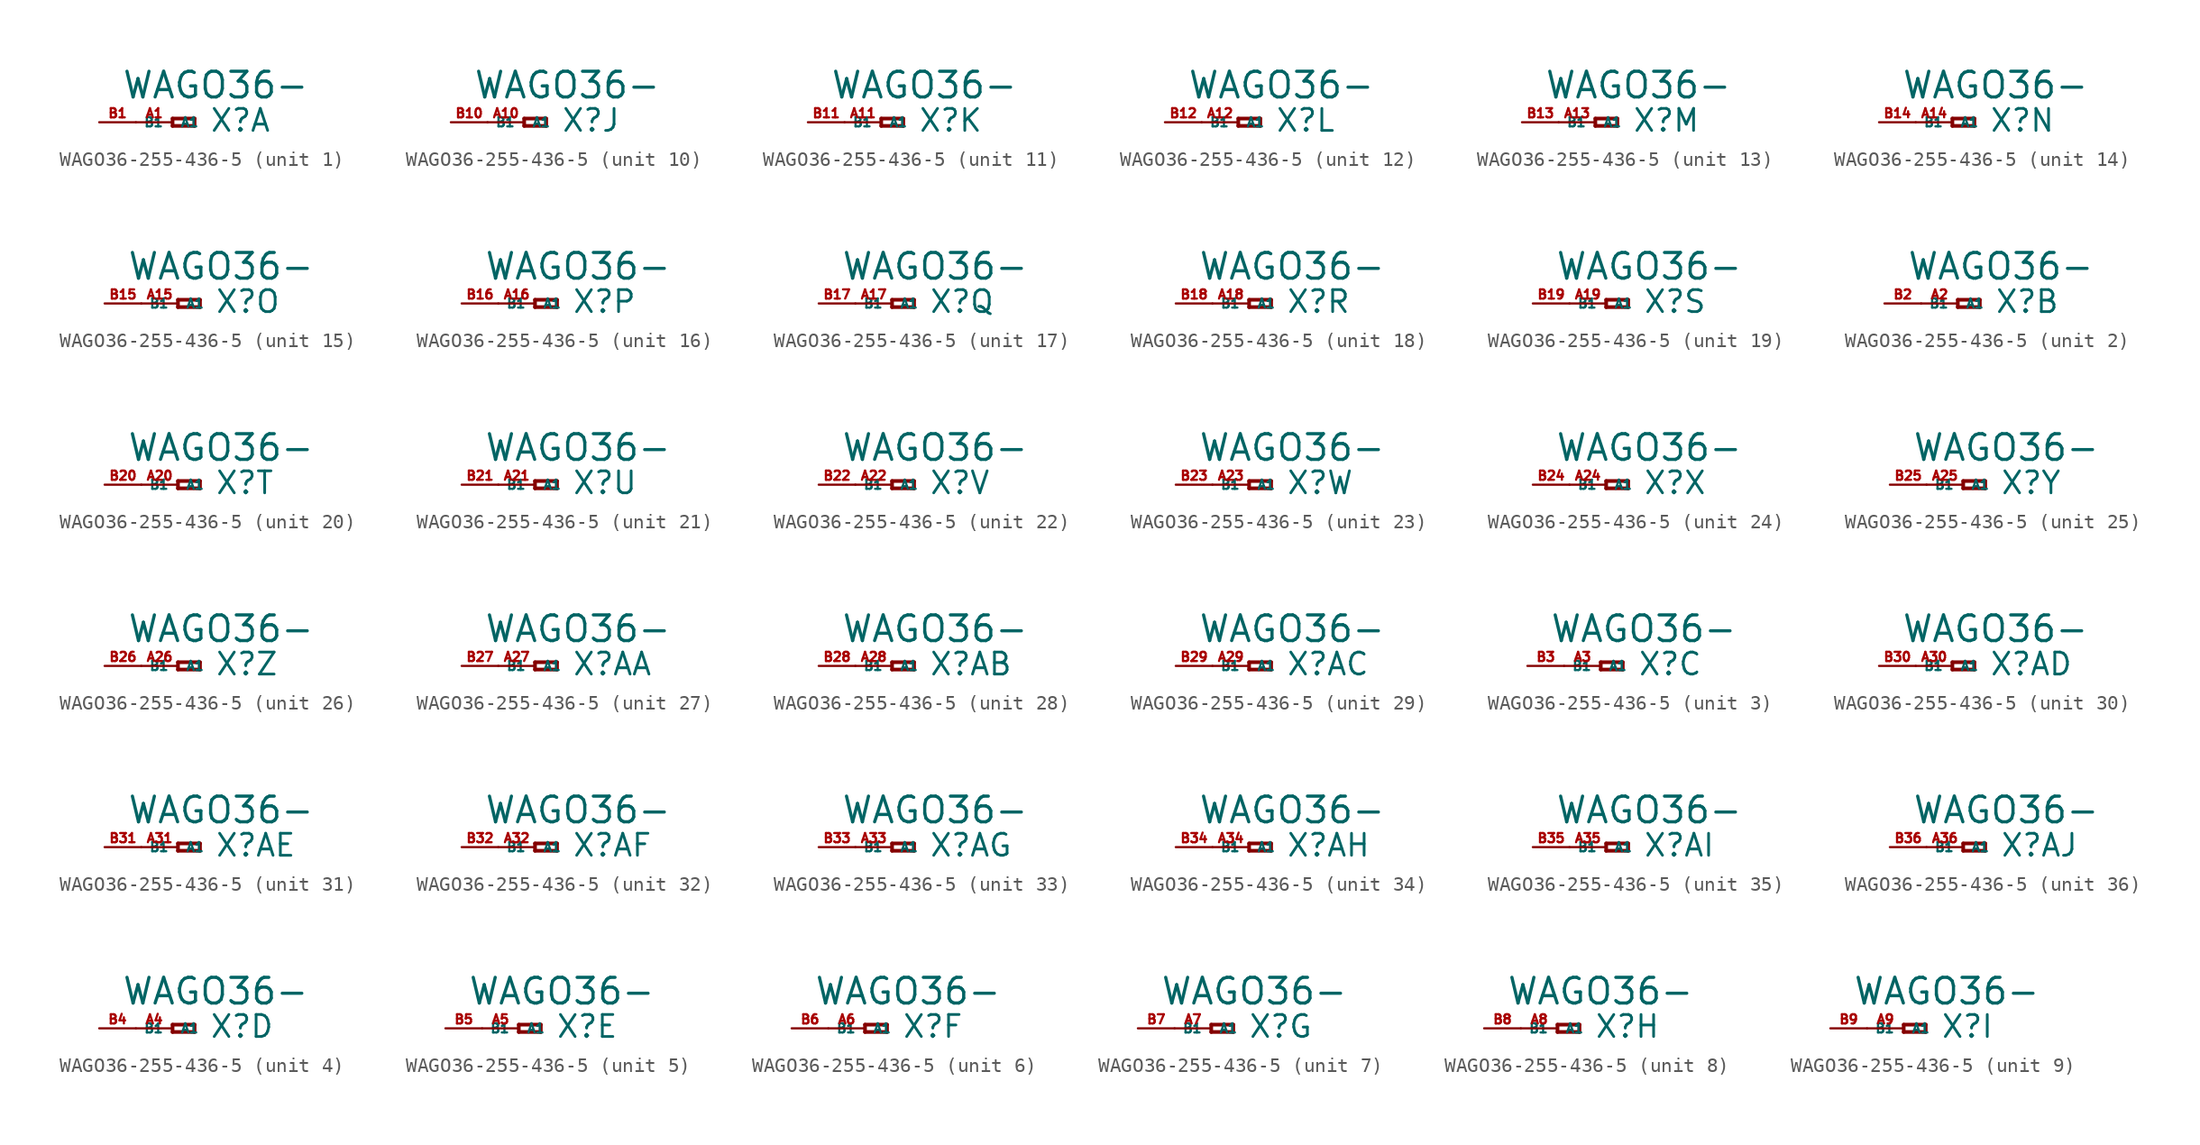
<source format=kicad_sym>
(kicad_symbol_lib
  (version 20220914)
  (generator Eagle2Kicad)
  (symbol "WAGO36-255-436-5"
    (property "Reference" "X"
      (at 2.54 -0.762 0)
      (effects (font (size 1.524 1.524) (thickness 0.19)) (justify left bottom)))
    (property "Value" "WAGO36-"
      (at -3.556 1.524 0)
      (effects (font (size 1.778 1.778) (thickness 0.22)) (justify left bottom)))
    (symbol "WAGO36-255-436-5_1_0"
      (polyline (pts (xy 0 0.254) (xy 0 -0.254)) (stroke (width 0.254) (type default)) (fill (type none)))
      (polyline (pts (xy 0 -0.254) (xy 1.524 -0.254)) (stroke (width 0.254) (type default)) (fill (type none)))
      (polyline (pts (xy 1.524 -0.254) (xy 1.524 0.254)) (stroke (width 0.254) (type default)) (fill (type none)))
      (polyline (pts (xy 1.524 0.254) (xy 0 0.254)) (stroke (width 0.254) (type default)) (fill (type none)))
      (pin passive line (at -2.54 0 0) (length 2.54) (name "A1" (effects (font (size 0.635 0.635) (thickness 0.08)) (justify left bottom))) (number "A1" (effects (font (size 0.635 0.635) (thickness 0.08)) (justify left bottom))))
      (pin passive line (at -5.08 0 0) (length 2.54) (name "B1" (effects (font (size 0.635 0.635) (thickness 0.08)) (justify left bottom))) (number "B1" (effects (font (size 0.635 0.635) (thickness 0.08)) (justify left bottom)))))
    (symbol "WAGO36-255-436-5_2_0"
      (polyline (pts (xy 0 0.254) (xy 0 -0.254)) (stroke (width 0.254) (type default)) (fill (type none)))
      (polyline (pts (xy 0 -0.254) (xy 1.524 -0.254)) (stroke (width 0.254) (type default)) (fill (type none)))
      (polyline (pts (xy 1.524 -0.254) (xy 1.524 0.254)) (stroke (width 0.254) (type default)) (fill (type none)))
      (polyline (pts (xy 1.524 0.254) (xy 0 0.254)) (stroke (width 0.254) (type default)) (fill (type none)))
      (pin passive line (at -2.54 0 0) (length 2.54) (name "A1" (effects (font (size 0.635 0.635) (thickness 0.08)) (justify left bottom))) (number "A2" (effects (font (size 0.635 0.635) (thickness 0.08)) (justify left bottom))))
      (pin passive line (at -5.08 0 0) (length 2.54) (name "B1" (effects (font (size 0.635 0.635) (thickness 0.08)) (justify left bottom))) (number "B2" (effects (font (size 0.635 0.635) (thickness 0.08)) (justify left bottom)))))
    (symbol "WAGO36-255-436-5_3_0"
      (polyline (pts (xy 0 0.254) (xy 0 -0.254)) (stroke (width 0.254) (type default)) (fill (type none)))
      (polyline (pts (xy 0 -0.254) (xy 1.524 -0.254)) (stroke (width 0.254) (type default)) (fill (type none)))
      (polyline (pts (xy 1.524 -0.254) (xy 1.524 0.254)) (stroke (width 0.254) (type default)) (fill (type none)))
      (polyline (pts (xy 1.524 0.254) (xy 0 0.254)) (stroke (width 0.254) (type default)) (fill (type none)))
      (pin passive line (at -2.54 0 0) (length 2.54) (name "A1" (effects (font (size 0.635 0.635) (thickness 0.08)) (justify left bottom))) (number "A3" (effects (font (size 0.635 0.635) (thickness 0.08)) (justify left bottom))))
      (pin passive line (at -5.08 0 0) (length 2.54) (name "B1" (effects (font (size 0.635 0.635) (thickness 0.08)) (justify left bottom))) (number "B3" (effects (font (size 0.635 0.635) (thickness 0.08)) (justify left bottom)))))
    (symbol "WAGO36-255-436-5_4_0"
      (polyline (pts (xy 0 0.254) (xy 0 -0.254)) (stroke (width 0.254) (type default)) (fill (type none)))
      (polyline (pts (xy 0 -0.254) (xy 1.524 -0.254)) (stroke (width 0.254) (type default)) (fill (type none)))
      (polyline (pts (xy 1.524 -0.254) (xy 1.524 0.254)) (stroke (width 0.254) (type default)) (fill (type none)))
      (polyline (pts (xy 1.524 0.254) (xy 0 0.254)) (stroke (width 0.254) (type default)) (fill (type none)))
      (pin passive line (at -2.54 0 0) (length 2.54) (name "A1" (effects (font (size 0.635 0.635) (thickness 0.08)) (justify left bottom))) (number "A4" (effects (font (size 0.635 0.635) (thickness 0.08)) (justify left bottom))))
      (pin passive line (at -5.08 0 0) (length 2.54) (name "B1" (effects (font (size 0.635 0.635) (thickness 0.08)) (justify left bottom))) (number "B4" (effects (font (size 0.635 0.635) (thickness 0.08)) (justify left bottom)))))
    (symbol "WAGO36-255-436-5_5_0"
      (polyline (pts (xy 0 0.254) (xy 0 -0.254)) (stroke (width 0.254) (type default)) (fill (type none)))
      (polyline (pts (xy 0 -0.254) (xy 1.524 -0.254)) (stroke (width 0.254) (type default)) (fill (type none)))
      (polyline (pts (xy 1.524 -0.254) (xy 1.524 0.254)) (stroke (width 0.254) (type default)) (fill (type none)))
      (polyline (pts (xy 1.524 0.254) (xy 0 0.254)) (stroke (width 0.254) (type default)) (fill (type none)))
      (pin passive line (at -2.54 0 0) (length 2.54) (name "A1" (effects (font (size 0.635 0.635) (thickness 0.08)) (justify left bottom))) (number "A5" (effects (font (size 0.635 0.635) (thickness 0.08)) (justify left bottom))))
      (pin passive line (at -5.08 0 0) (length 2.54) (name "B1" (effects (font (size 0.635 0.635) (thickness 0.08)) (justify left bottom))) (number "B5" (effects (font (size 0.635 0.635) (thickness 0.08)) (justify left bottom)))))
    (symbol "WAGO36-255-436-5_6_0"
      (polyline (pts (xy 0 0.254) (xy 0 -0.254)) (stroke (width 0.254) (type default)) (fill (type none)))
      (polyline (pts (xy 0 -0.254) (xy 1.524 -0.254)) (stroke (width 0.254) (type default)) (fill (type none)))
      (polyline (pts (xy 1.524 -0.254) (xy 1.524 0.254)) (stroke (width 0.254) (type default)) (fill (type none)))
      (polyline (pts (xy 1.524 0.254) (xy 0 0.254)) (stroke (width 0.254) (type default)) (fill (type none)))
      (pin passive line (at -2.54 0 0) (length 2.54) (name "A1" (effects (font (size 0.635 0.635) (thickness 0.08)) (justify left bottom))) (number "A6" (effects (font (size 0.635 0.635) (thickness 0.08)) (justify left bottom))))
      (pin passive line (at -5.08 0 0) (length 2.54) (name "B1" (effects (font (size 0.635 0.635) (thickness 0.08)) (justify left bottom))) (number "B6" (effects (font (size 0.635 0.635) (thickness 0.08)) (justify left bottom)))))
    (symbol "WAGO36-255-436-5_7_0"
      (polyline (pts (xy 0 0.254) (xy 0 -0.254)) (stroke (width 0.254) (type default)) (fill (type none)))
      (polyline (pts (xy 0 -0.254) (xy 1.524 -0.254)) (stroke (width 0.254) (type default)) (fill (type none)))
      (polyline (pts (xy 1.524 -0.254) (xy 1.524 0.254)) (stroke (width 0.254) (type default)) (fill (type none)))
      (polyline (pts (xy 1.524 0.254) (xy 0 0.254)) (stroke (width 0.254) (type default)) (fill (type none)))
      (pin passive line (at -2.54 0 0) (length 2.54) (name "A1" (effects (font (size 0.635 0.635) (thickness 0.08)) (justify left bottom))) (number "A7" (effects (font (size 0.635 0.635) (thickness 0.08)) (justify left bottom))))
      (pin passive line (at -5.08 0 0) (length 2.54) (name "B1" (effects (font (size 0.635 0.635) (thickness 0.08)) (justify left bottom))) (number "B7" (effects (font (size 0.635 0.635) (thickness 0.08)) (justify left bottom)))))
    (symbol "WAGO36-255-436-5_8_0"
      (polyline (pts (xy 0 0.254) (xy 0 -0.254)) (stroke (width 0.254) (type default)) (fill (type none)))
      (polyline (pts (xy 0 -0.254) (xy 1.524 -0.254)) (stroke (width 0.254) (type default)) (fill (type none)))
      (polyline (pts (xy 1.524 -0.254) (xy 1.524 0.254)) (stroke (width 0.254) (type default)) (fill (type none)))
      (polyline (pts (xy 1.524 0.254) (xy 0 0.254)) (stroke (width 0.254) (type default)) (fill (type none)))
      (pin passive line (at -2.54 0 0) (length 2.54) (name "A1" (effects (font (size 0.635 0.635) (thickness 0.08)) (justify left bottom))) (number "A8" (effects (font (size 0.635 0.635) (thickness 0.08)) (justify left bottom))))
      (pin passive line (at -5.08 0 0) (length 2.54) (name "B1" (effects (font (size 0.635 0.635) (thickness 0.08)) (justify left bottom))) (number "B8" (effects (font (size 0.635 0.635) (thickness 0.08)) (justify left bottom)))))
    (symbol "WAGO36-255-436-5_9_0"
      (polyline (pts (xy 0 0.254) (xy 0 -0.254)) (stroke (width 0.254) (type default)) (fill (type none)))
      (polyline (pts (xy 0 -0.254) (xy 1.524 -0.254)) (stroke (width 0.254) (type default)) (fill (type none)))
      (polyline (pts (xy 1.524 -0.254) (xy 1.524 0.254)) (stroke (width 0.254) (type default)) (fill (type none)))
      (polyline (pts (xy 1.524 0.254) (xy 0 0.254)) (stroke (width 0.254) (type default)) (fill (type none)))
      (pin passive line (at -2.54 0 0) (length 2.54) (name "A1" (effects (font (size 0.635 0.635) (thickness 0.08)) (justify left bottom))) (number "A9" (effects (font (size 0.635 0.635) (thickness 0.08)) (justify left bottom))))
      (pin passive line (at -5.08 0 0) (length 2.54) (name "B1" (effects (font (size 0.635 0.635) (thickness 0.08)) (justify left bottom))) (number "B9" (effects (font (size 0.635 0.635) (thickness 0.08)) (justify left bottom)))))
    (symbol "WAGO36-255-436-5_10_0"
      (polyline (pts (xy 0 0.254) (xy 0 -0.254)) (stroke (width 0.254) (type default)) (fill (type none)))
      (polyline (pts (xy 0 -0.254) (xy 1.524 -0.254)) (stroke (width 0.254) (type default)) (fill (type none)))
      (polyline (pts (xy 1.524 -0.254) (xy 1.524 0.254)) (stroke (width 0.254) (type default)) (fill (type none)))
      (polyline (pts (xy 1.524 0.254) (xy 0 0.254)) (stroke (width 0.254) (type default)) (fill (type none)))
      (pin passive line (at -2.54 0 0) (length 2.54) (name "A1" (effects (font (size 0.635 0.635) (thickness 0.08)) (justify left bottom))) (number "A10" (effects (font (size 0.635 0.635) (thickness 0.08)) (justify left bottom))))
      (pin passive line (at -5.08 0 0) (length 2.54) (name "B1" (effects (font (size 0.635 0.635) (thickness 0.08)) (justify left bottom))) (number "B10" (effects (font (size 0.635 0.635) (thickness 0.08)) (justify left bottom)))))
    (symbol "WAGO36-255-436-5_11_0"
      (polyline (pts (xy 0 0.254) (xy 0 -0.254)) (stroke (width 0.254) (type default)) (fill (type none)))
      (polyline (pts (xy 0 -0.254) (xy 1.524 -0.254)) (stroke (width 0.254) (type default)) (fill (type none)))
      (polyline (pts (xy 1.524 -0.254) (xy 1.524 0.254)) (stroke (width 0.254) (type default)) (fill (type none)))
      (polyline (pts (xy 1.524 0.254) (xy 0 0.254)) (stroke (width 0.254) (type default)) (fill (type none)))
      (pin passive line (at -2.54 0 0) (length 2.54) (name "A1" (effects (font (size 0.635 0.635) (thickness 0.08)) (justify left bottom))) (number "A11" (effects (font (size 0.635 0.635) (thickness 0.08)) (justify left bottom))))
      (pin passive line (at -5.08 0 0) (length 2.54) (name "B1" (effects (font (size 0.635 0.635) (thickness 0.08)) (justify left bottom))) (number "B11" (effects (font (size 0.635 0.635) (thickness 0.08)) (justify left bottom)))))
    (symbol "WAGO36-255-436-5_12_0"
      (polyline (pts (xy 0 0.254) (xy 0 -0.254)) (stroke (width 0.254) (type default)) (fill (type none)))
      (polyline (pts (xy 0 -0.254) (xy 1.524 -0.254)) (stroke (width 0.254) (type default)) (fill (type none)))
      (polyline (pts (xy 1.524 -0.254) (xy 1.524 0.254)) (stroke (width 0.254) (type default)) (fill (type none)))
      (polyline (pts (xy 1.524 0.254) (xy 0 0.254)) (stroke (width 0.254) (type default)) (fill (type none)))
      (pin passive line (at -2.54 0 0) (length 2.54) (name "A1" (effects (font (size 0.635 0.635) (thickness 0.08)) (justify left bottom))) (number "A12" (effects (font (size 0.635 0.635) (thickness 0.08)) (justify left bottom))))
      (pin passive line (at -5.08 0 0) (length 2.54) (name "B1" (effects (font (size 0.635 0.635) (thickness 0.08)) (justify left bottom))) (number "B12" (effects (font (size 0.635 0.635) (thickness 0.08)) (justify left bottom)))))
    (symbol "WAGO36-255-436-5_13_0"
      (polyline (pts (xy 0 0.254) (xy 0 -0.254)) (stroke (width 0.254) (type default)) (fill (type none)))
      (polyline (pts (xy 0 -0.254) (xy 1.524 -0.254)) (stroke (width 0.254) (type default)) (fill (type none)))
      (polyline (pts (xy 1.524 -0.254) (xy 1.524 0.254)) (stroke (width 0.254) (type default)) (fill (type none)))
      (polyline (pts (xy 1.524 0.254) (xy 0 0.254)) (stroke (width 0.254) (type default)) (fill (type none)))
      (pin passive line (at -2.54 0 0) (length 2.54) (name "A1" (effects (font (size 0.635 0.635) (thickness 0.08)) (justify left bottom))) (number "A13" (effects (font (size 0.635 0.635) (thickness 0.08)) (justify left bottom))))
      (pin passive line (at -5.08 0 0) (length 2.54) (name "B1" (effects (font (size 0.635 0.635) (thickness 0.08)) (justify left bottom))) (number "B13" (effects (font (size 0.635 0.635) (thickness 0.08)) (justify left bottom)))))
    (symbol "WAGO36-255-436-5_14_0"
      (polyline (pts (xy 0 0.254) (xy 0 -0.254)) (stroke (width 0.254) (type default)) (fill (type none)))
      (polyline (pts (xy 0 -0.254) (xy 1.524 -0.254)) (stroke (width 0.254) (type default)) (fill (type none)))
      (polyline (pts (xy 1.524 -0.254) (xy 1.524 0.254)) (stroke (width 0.254) (type default)) (fill (type none)))
      (polyline (pts (xy 1.524 0.254) (xy 0 0.254)) (stroke (width 0.254) (type default)) (fill (type none)))
      (pin passive line (at -2.54 0 0) (length 2.54) (name "A1" (effects (font (size 0.635 0.635) (thickness 0.08)) (justify left bottom))) (number "A14" (effects (font (size 0.635 0.635) (thickness 0.08)) (justify left bottom))))
      (pin passive line (at -5.08 0 0) (length 2.54) (name "B1" (effects (font (size 0.635 0.635) (thickness 0.08)) (justify left bottom))) (number "B14" (effects (font (size 0.635 0.635) (thickness 0.08)) (justify left bottom)))))
    (symbol "WAGO36-255-436-5_15_0"
      (polyline (pts (xy 0 0.254) (xy 0 -0.254)) (stroke (width 0.254) (type default)) (fill (type none)))
      (polyline (pts (xy 0 -0.254) (xy 1.524 -0.254)) (stroke (width 0.254) (type default)) (fill (type none)))
      (polyline (pts (xy 1.524 -0.254) (xy 1.524 0.254)) (stroke (width 0.254) (type default)) (fill (type none)))
      (polyline (pts (xy 1.524 0.254) (xy 0 0.254)) (stroke (width 0.254) (type default)) (fill (type none)))
      (pin passive line (at -2.54 0 0) (length 2.54) (name "A1" (effects (font (size 0.635 0.635) (thickness 0.08)) (justify left bottom))) (number "A15" (effects (font (size 0.635 0.635) (thickness 0.08)) (justify left bottom))))
      (pin passive line (at -5.08 0 0) (length 2.54) (name "B1" (effects (font (size 0.635 0.635) (thickness 0.08)) (justify left bottom))) (number "B15" (effects (font (size 0.635 0.635) (thickness 0.08)) (justify left bottom)))))
    (symbol "WAGO36-255-436-5_16_0"
      (polyline (pts (xy 0 0.254) (xy 0 -0.254)) (stroke (width 0.254) (type default)) (fill (type none)))
      (polyline (pts (xy 0 -0.254) (xy 1.524 -0.254)) (stroke (width 0.254) (type default)) (fill (type none)))
      (polyline (pts (xy 1.524 -0.254) (xy 1.524 0.254)) (stroke (width 0.254) (type default)) (fill (type none)))
      (polyline (pts (xy 1.524 0.254) (xy 0 0.254)) (stroke (width 0.254) (type default)) (fill (type none)))
      (pin passive line (at -2.54 0 0) (length 2.54) (name "A1" (effects (font (size 0.635 0.635) (thickness 0.08)) (justify left bottom))) (number "A16" (effects (font (size 0.635 0.635) (thickness 0.08)) (justify left bottom))))
      (pin passive line (at -5.08 0 0) (length 2.54) (name "B1" (effects (font (size 0.635 0.635) (thickness 0.08)) (justify left bottom))) (number "B16" (effects (font (size 0.635 0.635) (thickness 0.08)) (justify left bottom)))))
    (symbol "WAGO36-255-436-5_17_0"
      (polyline (pts (xy 0 0.254) (xy 0 -0.254)) (stroke (width 0.254) (type default)) (fill (type none)))
      (polyline (pts (xy 0 -0.254) (xy 1.524 -0.254)) (stroke (width 0.254) (type default)) (fill (type none)))
      (polyline (pts (xy 1.524 -0.254) (xy 1.524 0.254)) (stroke (width 0.254) (type default)) (fill (type none)))
      (polyline (pts (xy 1.524 0.254) (xy 0 0.254)) (stroke (width 0.254) (type default)) (fill (type none)))
      (pin passive line (at -2.54 0 0) (length 2.54) (name "A1" (effects (font (size 0.635 0.635) (thickness 0.08)) (justify left bottom))) (number "A17" (effects (font (size 0.635 0.635) (thickness 0.08)) (justify left bottom))))
      (pin passive line (at -5.08 0 0) (length 2.54) (name "B1" (effects (font (size 0.635 0.635) (thickness 0.08)) (justify left bottom))) (number "B17" (effects (font (size 0.635 0.635) (thickness 0.08)) (justify left bottom)))))
    (symbol "WAGO36-255-436-5_18_0"
      (polyline (pts (xy 0 0.254) (xy 0 -0.254)) (stroke (width 0.254) (type default)) (fill (type none)))
      (polyline (pts (xy 0 -0.254) (xy 1.524 -0.254)) (stroke (width 0.254) (type default)) (fill (type none)))
      (polyline (pts (xy 1.524 -0.254) (xy 1.524 0.254)) (stroke (width 0.254) (type default)) (fill (type none)))
      (polyline (pts (xy 1.524 0.254) (xy 0 0.254)) (stroke (width 0.254) (type default)) (fill (type none)))
      (pin passive line (at -2.54 0 0) (length 2.54) (name "A1" (effects (font (size 0.635 0.635) (thickness 0.08)) (justify left bottom))) (number "A18" (effects (font (size 0.635 0.635) (thickness 0.08)) (justify left bottom))))
      (pin passive line (at -5.08 0 0) (length 2.54) (name "B1" (effects (font (size 0.635 0.635) (thickness 0.08)) (justify left bottom))) (number "B18" (effects (font (size 0.635 0.635) (thickness 0.08)) (justify left bottom)))))
    (symbol "WAGO36-255-436-5_19_0"
      (polyline (pts (xy 0 0.254) (xy 0 -0.254)) (stroke (width 0.254) (type default)) (fill (type none)))
      (polyline (pts (xy 0 -0.254) (xy 1.524 -0.254)) (stroke (width 0.254) (type default)) (fill (type none)))
      (polyline (pts (xy 1.524 -0.254) (xy 1.524 0.254)) (stroke (width 0.254) (type default)) (fill (type none)))
      (polyline (pts (xy 1.524 0.254) (xy 0 0.254)) (stroke (width 0.254) (type default)) (fill (type none)))
      (pin passive line (at -2.54 0 0) (length 2.54) (name "A1" (effects (font (size 0.635 0.635) (thickness 0.08)) (justify left bottom))) (number "A19" (effects (font (size 0.635 0.635) (thickness 0.08)) (justify left bottom))))
      (pin passive line (at -5.08 0 0) (length 2.54) (name "B1" (effects (font (size 0.635 0.635) (thickness 0.08)) (justify left bottom))) (number "B19" (effects (font (size 0.635 0.635) (thickness 0.08)) (justify left bottom)))))
    (symbol "WAGO36-255-436-5_20_0"
      (polyline (pts (xy 0 0.254) (xy 0 -0.254)) (stroke (width 0.254) (type default)) (fill (type none)))
      (polyline (pts (xy 0 -0.254) (xy 1.524 -0.254)) (stroke (width 0.254) (type default)) (fill (type none)))
      (polyline (pts (xy 1.524 -0.254) (xy 1.524 0.254)) (stroke (width 0.254) (type default)) (fill (type none)))
      (polyline (pts (xy 1.524 0.254) (xy 0 0.254)) (stroke (width 0.254) (type default)) (fill (type none)))
      (pin passive line (at -2.54 0 0) (length 2.54) (name "A1" (effects (font (size 0.635 0.635) (thickness 0.08)) (justify left bottom))) (number "A20" (effects (font (size 0.635 0.635) (thickness 0.08)) (justify left bottom))))
      (pin passive line (at -5.08 0 0) (length 2.54) (name "B1" (effects (font (size 0.635 0.635) (thickness 0.08)) (justify left bottom))) (number "B20" (effects (font (size 0.635 0.635) (thickness 0.08)) (justify left bottom)))))
    (symbol "WAGO36-255-436-5_21_0"
      (polyline (pts (xy 0 0.254) (xy 0 -0.254)) (stroke (width 0.254) (type default)) (fill (type none)))
      (polyline (pts (xy 0 -0.254) (xy 1.524 -0.254)) (stroke (width 0.254) (type default)) (fill (type none)))
      (polyline (pts (xy 1.524 -0.254) (xy 1.524 0.254)) (stroke (width 0.254) (type default)) (fill (type none)))
      (polyline (pts (xy 1.524 0.254) (xy 0 0.254)) (stroke (width 0.254) (type default)) (fill (type none)))
      (pin passive line (at -2.54 0 0) (length 2.54) (name "A1" (effects (font (size 0.635 0.635) (thickness 0.08)) (justify left bottom))) (number "A21" (effects (font (size 0.635 0.635) (thickness 0.08)) (justify left bottom))))
      (pin passive line (at -5.08 0 0) (length 2.54) (name "B1" (effects (font (size 0.635 0.635) (thickness 0.08)) (justify left bottom))) (number "B21" (effects (font (size 0.635 0.635) (thickness 0.08)) (justify left bottom)))))
    (symbol "WAGO36-255-436-5_22_0"
      (polyline (pts (xy 0 0.254) (xy 0 -0.254)) (stroke (width 0.254) (type default)) (fill (type none)))
      (polyline (pts (xy 0 -0.254) (xy 1.524 -0.254)) (stroke (width 0.254) (type default)) (fill (type none)))
      (polyline (pts (xy 1.524 -0.254) (xy 1.524 0.254)) (stroke (width 0.254) (type default)) (fill (type none)))
      (polyline (pts (xy 1.524 0.254) (xy 0 0.254)) (stroke (width 0.254) (type default)) (fill (type none)))
      (pin passive line (at -2.54 0 0) (length 2.54) (name "A1" (effects (font (size 0.635 0.635) (thickness 0.08)) (justify left bottom))) (number "A22" (effects (font (size 0.635 0.635) (thickness 0.08)) (justify left bottom))))
      (pin passive line (at -5.08 0 0) (length 2.54) (name "B1" (effects (font (size 0.635 0.635) (thickness 0.08)) (justify left bottom))) (number "B22" (effects (font (size 0.635 0.635) (thickness 0.08)) (justify left bottom)))))
    (symbol "WAGO36-255-436-5_23_0"
      (polyline (pts (xy 0 0.254) (xy 0 -0.254)) (stroke (width 0.254) (type default)) (fill (type none)))
      (polyline (pts (xy 0 -0.254) (xy 1.524 -0.254)) (stroke (width 0.254) (type default)) (fill (type none)))
      (polyline (pts (xy 1.524 -0.254) (xy 1.524 0.254)) (stroke (width 0.254) (type default)) (fill (type none)))
      (polyline (pts (xy 1.524 0.254) (xy 0 0.254)) (stroke (width 0.254) (type default)) (fill (type none)))
      (pin passive line (at -2.54 0 0) (length 2.54) (name "A1" (effects (font (size 0.635 0.635) (thickness 0.08)) (justify left bottom))) (number "A23" (effects (font (size 0.635 0.635) (thickness 0.08)) (justify left bottom))))
      (pin passive line (at -5.08 0 0) (length 2.54) (name "B1" (effects (font (size 0.635 0.635) (thickness 0.08)) (justify left bottom))) (number "B23" (effects (font (size 0.635 0.635) (thickness 0.08)) (justify left bottom)))))
    (symbol "WAGO36-255-436-5_24_0"
      (polyline (pts (xy 0 0.254) (xy 0 -0.254)) (stroke (width 0.254) (type default)) (fill (type none)))
      (polyline (pts (xy 0 -0.254) (xy 1.524 -0.254)) (stroke (width 0.254) (type default)) (fill (type none)))
      (polyline (pts (xy 1.524 -0.254) (xy 1.524 0.254)) (stroke (width 0.254) (type default)) (fill (type none)))
      (polyline (pts (xy 1.524 0.254) (xy 0 0.254)) (stroke (width 0.254) (type default)) (fill (type none)))
      (pin passive line (at -2.54 0 0) (length 2.54) (name "A1" (effects (font (size 0.635 0.635) (thickness 0.08)) (justify left bottom))) (number "A24" (effects (font (size 0.635 0.635) (thickness 0.08)) (justify left bottom))))
      (pin passive line (at -5.08 0 0) (length 2.54) (name "B1" (effects (font (size 0.635 0.635) (thickness 0.08)) (justify left bottom))) (number "B24" (effects (font (size 0.635 0.635) (thickness 0.08)) (justify left bottom)))))
    (symbol "WAGO36-255-436-5_25_0"
      (polyline (pts (xy 0 0.254) (xy 0 -0.254)) (stroke (width 0.254) (type default)) (fill (type none)))
      (polyline (pts (xy 0 -0.254) (xy 1.524 -0.254)) (stroke (width 0.254) (type default)) (fill (type none)))
      (polyline (pts (xy 1.524 -0.254) (xy 1.524 0.254)) (stroke (width 0.254) (type default)) (fill (type none)))
      (polyline (pts (xy 1.524 0.254) (xy 0 0.254)) (stroke (width 0.254) (type default)) (fill (type none)))
      (pin passive line (at -2.54 0 0) (length 2.54) (name "A1" (effects (font (size 0.635 0.635) (thickness 0.08)) (justify left bottom))) (number "A25" (effects (font (size 0.635 0.635) (thickness 0.08)) (justify left bottom))))
      (pin passive line (at -5.08 0 0) (length 2.54) (name "B1" (effects (font (size 0.635 0.635) (thickness 0.08)) (justify left bottom))) (number "B25" (effects (font (size 0.635 0.635) (thickness 0.08)) (justify left bottom)))))
    (symbol "WAGO36-255-436-5_26_0"
      (polyline (pts (xy 0 0.254) (xy 0 -0.254)) (stroke (width 0.254) (type default)) (fill (type none)))
      (polyline (pts (xy 0 -0.254) (xy 1.524 -0.254)) (stroke (width 0.254) (type default)) (fill (type none)))
      (polyline (pts (xy 1.524 -0.254) (xy 1.524 0.254)) (stroke (width 0.254) (type default)) (fill (type none)))
      (polyline (pts (xy 1.524 0.254) (xy 0 0.254)) (stroke (width 0.254) (type default)) (fill (type none)))
      (pin passive line (at -2.54 0 0) (length 2.54) (name "A1" (effects (font (size 0.635 0.635) (thickness 0.08)) (justify left bottom))) (number "A26" (effects (font (size 0.635 0.635) (thickness 0.08)) (justify left bottom))))
      (pin passive line (at -5.08 0 0) (length 2.54) (name "B1" (effects (font (size 0.635 0.635) (thickness 0.08)) (justify left bottom))) (number "B26" (effects (font (size 0.635 0.635) (thickness 0.08)) (justify left bottom)))))
    (symbol "WAGO36-255-436-5_27_0"
      (polyline (pts (xy 0 0.254) (xy 0 -0.254)) (stroke (width 0.254) (type default)) (fill (type none)))
      (polyline (pts (xy 0 -0.254) (xy 1.524 -0.254)) (stroke (width 0.254) (type default)) (fill (type none)))
      (polyline (pts (xy 1.524 -0.254) (xy 1.524 0.254)) (stroke (width 0.254) (type default)) (fill (type none)))
      (polyline (pts (xy 1.524 0.254) (xy 0 0.254)) (stroke (width 0.254) (type default)) (fill (type none)))
      (pin passive line (at -2.54 0 0) (length 2.54) (name "A1" (effects (font (size 0.635 0.635) (thickness 0.08)) (justify left bottom))) (number "A27" (effects (font (size 0.635 0.635) (thickness 0.08)) (justify left bottom))))
      (pin passive line (at -5.08 0 0) (length 2.54) (name "B1" (effects (font (size 0.635 0.635) (thickness 0.08)) (justify left bottom))) (number "B27" (effects (font (size 0.635 0.635) (thickness 0.08)) (justify left bottom)))))
    (symbol "WAGO36-255-436-5_28_0"
      (polyline (pts (xy 0 0.254) (xy 0 -0.254)) (stroke (width 0.254) (type default)) (fill (type none)))
      (polyline (pts (xy 0 -0.254) (xy 1.524 -0.254)) (stroke (width 0.254) (type default)) (fill (type none)))
      (polyline (pts (xy 1.524 -0.254) (xy 1.524 0.254)) (stroke (width 0.254) (type default)) (fill (type none)))
      (polyline (pts (xy 1.524 0.254) (xy 0 0.254)) (stroke (width 0.254) (type default)) (fill (type none)))
      (pin passive line (at -2.54 0 0) (length 2.54) (name "A1" (effects (font (size 0.635 0.635) (thickness 0.08)) (justify left bottom))) (number "A28" (effects (font (size 0.635 0.635) (thickness 0.08)) (justify left bottom))))
      (pin passive line (at -5.08 0 0) (length 2.54) (name "B1" (effects (font (size 0.635 0.635) (thickness 0.08)) (justify left bottom))) (number "B28" (effects (font (size 0.635 0.635) (thickness 0.08)) (justify left bottom)))))
    (symbol "WAGO36-255-436-5_29_0"
      (polyline (pts (xy 0 0.254) (xy 0 -0.254)) (stroke (width 0.254) (type default)) (fill (type none)))
      (polyline (pts (xy 0 -0.254) (xy 1.524 -0.254)) (stroke (width 0.254) (type default)) (fill (type none)))
      (polyline (pts (xy 1.524 -0.254) (xy 1.524 0.254)) (stroke (width 0.254) (type default)) (fill (type none)))
      (polyline (pts (xy 1.524 0.254) (xy 0 0.254)) (stroke (width 0.254) (type default)) (fill (type none)))
      (pin passive line (at -2.54 0 0) (length 2.54) (name "A1" (effects (font (size 0.635 0.635) (thickness 0.08)) (justify left bottom))) (number "A29" (effects (font (size 0.635 0.635) (thickness 0.08)) (justify left bottom))))
      (pin passive line (at -5.08 0 0) (length 2.54) (name "B1" (effects (font (size 0.635 0.635) (thickness 0.08)) (justify left bottom))) (number "B29" (effects (font (size 0.635 0.635) (thickness 0.08)) (justify left bottom)))))
    (symbol "WAGO36-255-436-5_30_0"
      (polyline (pts (xy 0 0.254) (xy 0 -0.254)) (stroke (width 0.254) (type default)) (fill (type none)))
      (polyline (pts (xy 0 -0.254) (xy 1.524 -0.254)) (stroke (width 0.254) (type default)) (fill (type none)))
      (polyline (pts (xy 1.524 -0.254) (xy 1.524 0.254)) (stroke (width 0.254) (type default)) (fill (type none)))
      (polyline (pts (xy 1.524 0.254) (xy 0 0.254)) (stroke (width 0.254) (type default)) (fill (type none)))
      (pin passive line (at -2.54 0 0) (length 2.54) (name "A1" (effects (font (size 0.635 0.635) (thickness 0.08)) (justify left bottom))) (number "A30" (effects (font (size 0.635 0.635) (thickness 0.08)) (justify left bottom))))
      (pin passive line (at -5.08 0 0) (length 2.54) (name "B1" (effects (font (size 0.635 0.635) (thickness 0.08)) (justify left bottom))) (number "B30" (effects (font (size 0.635 0.635) (thickness 0.08)) (justify left bottom)))))
    (symbol "WAGO36-255-436-5_31_0"
      (polyline (pts (xy 0 0.254) (xy 0 -0.254)) (stroke (width 0.254) (type default)) (fill (type none)))
      (polyline (pts (xy 0 -0.254) (xy 1.524 -0.254)) (stroke (width 0.254) (type default)) (fill (type none)))
      (polyline (pts (xy 1.524 -0.254) (xy 1.524 0.254)) (stroke (width 0.254) (type default)) (fill (type none)))
      (polyline (pts (xy 1.524 0.254) (xy 0 0.254)) (stroke (width 0.254) (type default)) (fill (type none)))
      (pin passive line (at -2.54 0 0) (length 2.54) (name "A1" (effects (font (size 0.635 0.635) (thickness 0.08)) (justify left bottom))) (number "A31" (effects (font (size 0.635 0.635) (thickness 0.08)) (justify left bottom))))
      (pin passive line (at -5.08 0 0) (length 2.54) (name "B1" (effects (font (size 0.635 0.635) (thickness 0.08)) (justify left bottom))) (number "B31" (effects (font (size 0.635 0.635) (thickness 0.08)) (justify left bottom)))))
    (symbol "WAGO36-255-436-5_32_0"
      (polyline (pts (xy 0 0.254) (xy 0 -0.254)) (stroke (width 0.254) (type default)) (fill (type none)))
      (polyline (pts (xy 0 -0.254) (xy 1.524 -0.254)) (stroke (width 0.254) (type default)) (fill (type none)))
      (polyline (pts (xy 1.524 -0.254) (xy 1.524 0.254)) (stroke (width 0.254) (type default)) (fill (type none)))
      (polyline (pts (xy 1.524 0.254) (xy 0 0.254)) (stroke (width 0.254) (type default)) (fill (type none)))
      (pin passive line (at -2.54 0 0) (length 2.54) (name "A1" (effects (font (size 0.635 0.635) (thickness 0.08)) (justify left bottom))) (number "A32" (effects (font (size 0.635 0.635) (thickness 0.08)) (justify left bottom))))
      (pin passive line (at -5.08 0 0) (length 2.54) (name "B1" (effects (font (size 0.635 0.635) (thickness 0.08)) (justify left bottom))) (number "B32" (effects (font (size 0.635 0.635) (thickness 0.08)) (justify left bottom)))))
    (symbol "WAGO36-255-436-5_33_0"
      (polyline (pts (xy 0 0.254) (xy 0 -0.254)) (stroke (width 0.254) (type default)) (fill (type none)))
      (polyline (pts (xy 0 -0.254) (xy 1.524 -0.254)) (stroke (width 0.254) (type default)) (fill (type none)))
      (polyline (pts (xy 1.524 -0.254) (xy 1.524 0.254)) (stroke (width 0.254) (type default)) (fill (type none)))
      (polyline (pts (xy 1.524 0.254) (xy 0 0.254)) (stroke (width 0.254) (type default)) (fill (type none)))
      (pin passive line (at -2.54 0 0) (length 2.54) (name "A1" (effects (font (size 0.635 0.635) (thickness 0.08)) (justify left bottom))) (number "A33" (effects (font (size 0.635 0.635) (thickness 0.08)) (justify left bottom))))
      (pin passive line (at -5.08 0 0) (length 2.54) (name "B1" (effects (font (size 0.635 0.635) (thickness 0.08)) (justify left bottom))) (number "B33" (effects (font (size 0.635 0.635) (thickness 0.08)) (justify left bottom)))))
    (symbol "WAGO36-255-436-5_34_0"
      (polyline (pts (xy 0 0.254) (xy 0 -0.254)) (stroke (width 0.254) (type default)) (fill (type none)))
      (polyline (pts (xy 0 -0.254) (xy 1.524 -0.254)) (stroke (width 0.254) (type default)) (fill (type none)))
      (polyline (pts (xy 1.524 -0.254) (xy 1.524 0.254)) (stroke (width 0.254) (type default)) (fill (type none)))
      (polyline (pts (xy 1.524 0.254) (xy 0 0.254)) (stroke (width 0.254) (type default)) (fill (type none)))
      (pin passive line (at -2.54 0 0) (length 2.54) (name "A1" (effects (font (size 0.635 0.635) (thickness 0.08)) (justify left bottom))) (number "A34" (effects (font (size 0.635 0.635) (thickness 0.08)) (justify left bottom))))
      (pin passive line (at -5.08 0 0) (length 2.54) (name "B1" (effects (font (size 0.635 0.635) (thickness 0.08)) (justify left bottom))) (number "B34" (effects (font (size 0.635 0.635) (thickness 0.08)) (justify left bottom)))))
    (symbol "WAGO36-255-436-5_35_0"
      (polyline (pts (xy 0 0.254) (xy 0 -0.254)) (stroke (width 0.254) (type default)) (fill (type none)))
      (polyline (pts (xy 0 -0.254) (xy 1.524 -0.254)) (stroke (width 0.254) (type default)) (fill (type none)))
      (polyline (pts (xy 1.524 -0.254) (xy 1.524 0.254)) (stroke (width 0.254) (type default)) (fill (type none)))
      (polyline (pts (xy 1.524 0.254) (xy 0 0.254)) (stroke (width 0.254) (type default)) (fill (type none)))
      (pin passive line (at -2.54 0 0) (length 2.54) (name "A1" (effects (font (size 0.635 0.635) (thickness 0.08)) (justify left bottom))) (number "A35" (effects (font (size 0.635 0.635) (thickness 0.08)) (justify left bottom))))
      (pin passive line (at -5.08 0 0) (length 2.54) (name "B1" (effects (font (size 0.635 0.635) (thickness 0.08)) (justify left bottom))) (number "B35" (effects (font (size 0.635 0.635) (thickness 0.08)) (justify left bottom)))))
    (symbol "WAGO36-255-436-5_36_0"
      (polyline (pts (xy 0 0.254) (xy 0 -0.254)) (stroke (width 0.254) (type default)) (fill (type none)))
      (polyline (pts (xy 0 -0.254) (xy 1.524 -0.254)) (stroke (width 0.254) (type default)) (fill (type none)))
      (polyline (pts (xy 1.524 -0.254) (xy 1.524 0.254)) (stroke (width 0.254) (type default)) (fill (type none)))
      (polyline (pts (xy 1.524 0.254) (xy 0 0.254)) (stroke (width 0.254) (type default)) (fill (type none)))
      (pin passive line (at -2.54 0 0) (length 2.54) (name "A1" (effects (font (size 0.635 0.635) (thickness 0.08)) (justify left bottom))) (number "A36" (effects (font (size 0.635 0.635) (thickness 0.08)) (justify left bottom))))
      (pin passive line (at -5.08 0 0) (length 2.54) (name "B1" (effects (font (size 0.635 0.635) (thickness 0.08)) (justify left bottom))) (number "B36" (effects (font (size 0.635 0.635) (thickness 0.08)) (justify left bottom)))))))
</source>
